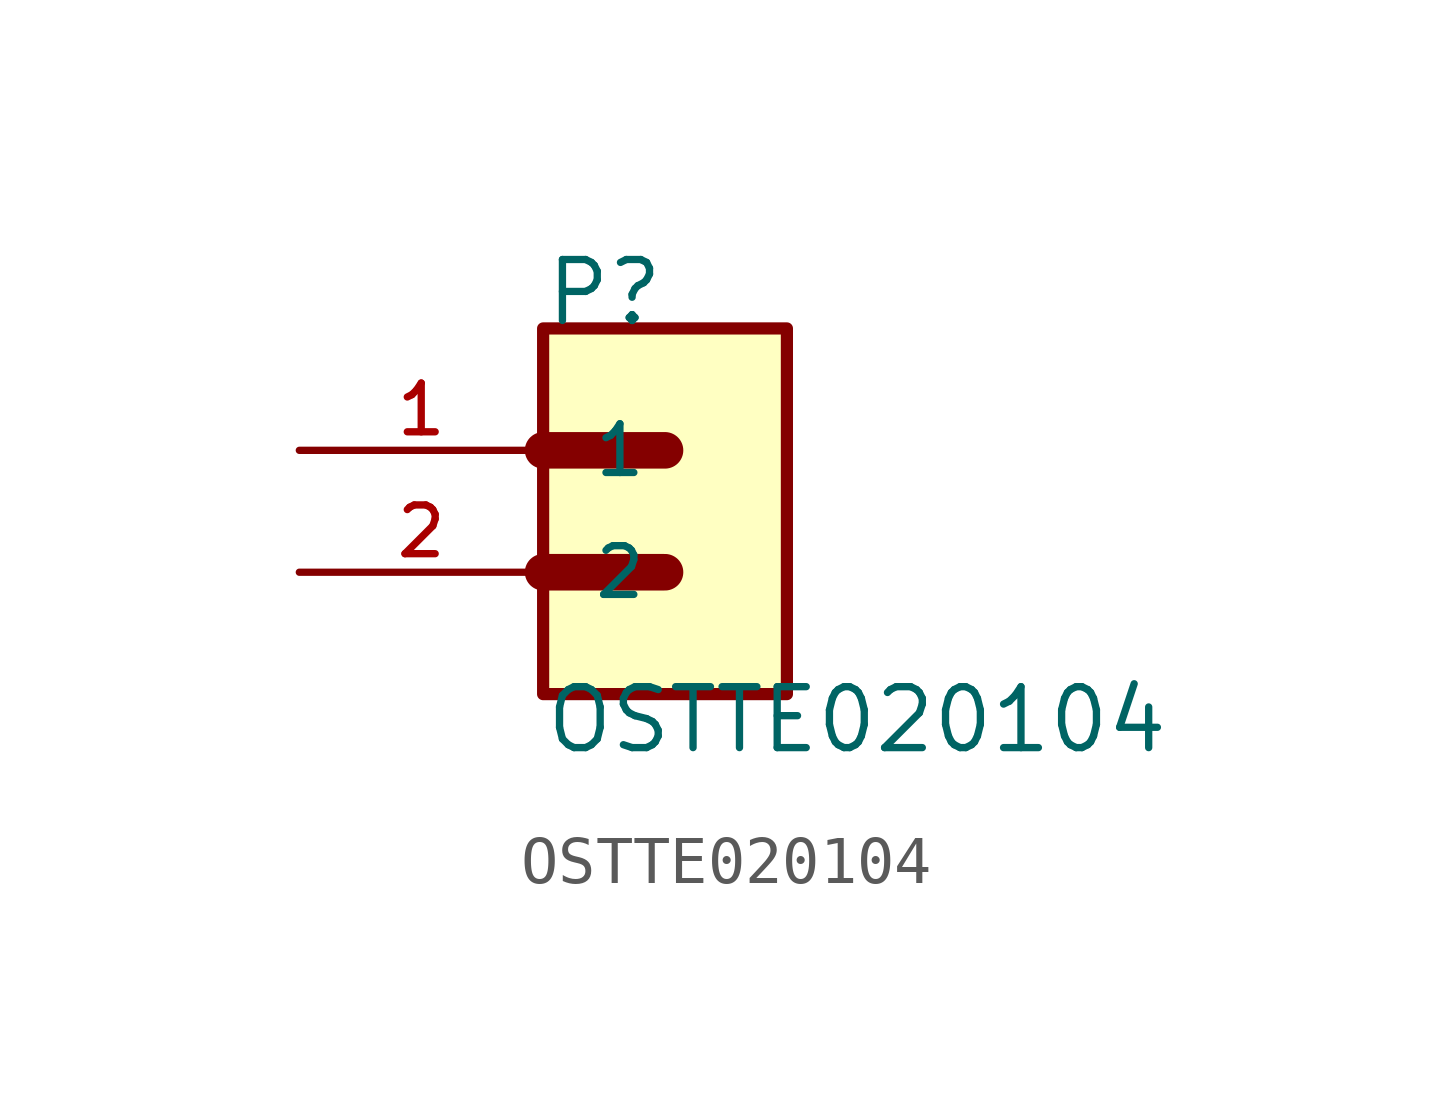
<source format=kicad_sym>
(kicad_symbol_lib
  (version 20211014)
  (generator kicad_symbol_editor)
  (symbol "OSTTE020104"
    (pin_names
      (offset 1.016))
    (property "Reference" "P"
      (at 0.0 2.543 0)
      (effects (font (size 1.27 1.27)) (justify bottom left)))
    (property "Value" "OSTTE020104"
      (at 0.0 -6.358 0)
      (effects (font (size 1.27 1.27)) (justify bottom left)))
    (symbol "OSTTE020104_0_0"
      (polyline (pts (xy 0.0 0.0) (xy 2.54 0.0)) (stroke (width 0.762)))
      (polyline (pts (xy 0.0 -2.54) (xy 2.54 -2.54)) (stroke (width 0.762)))
      (rectangle (start 4.4408920985e-16 -5.08) (end 5.08 2.54) (stroke (width 0.254)) (fill (type background)))
      (pin passive line (at -5.08 0.0 0) (length 5.08) (name "1" (effects (font (size 1.016 1.016)))) (number "1" (effects (font (size 1.016 1.016)))))
      (pin passive line (at -5.08 -2.54 0) (length 5.08) (name "2" (effects (font (size 1.016 1.016)))) (number "2" (effects (font (size 1.016 1.016))))))))
</source>
